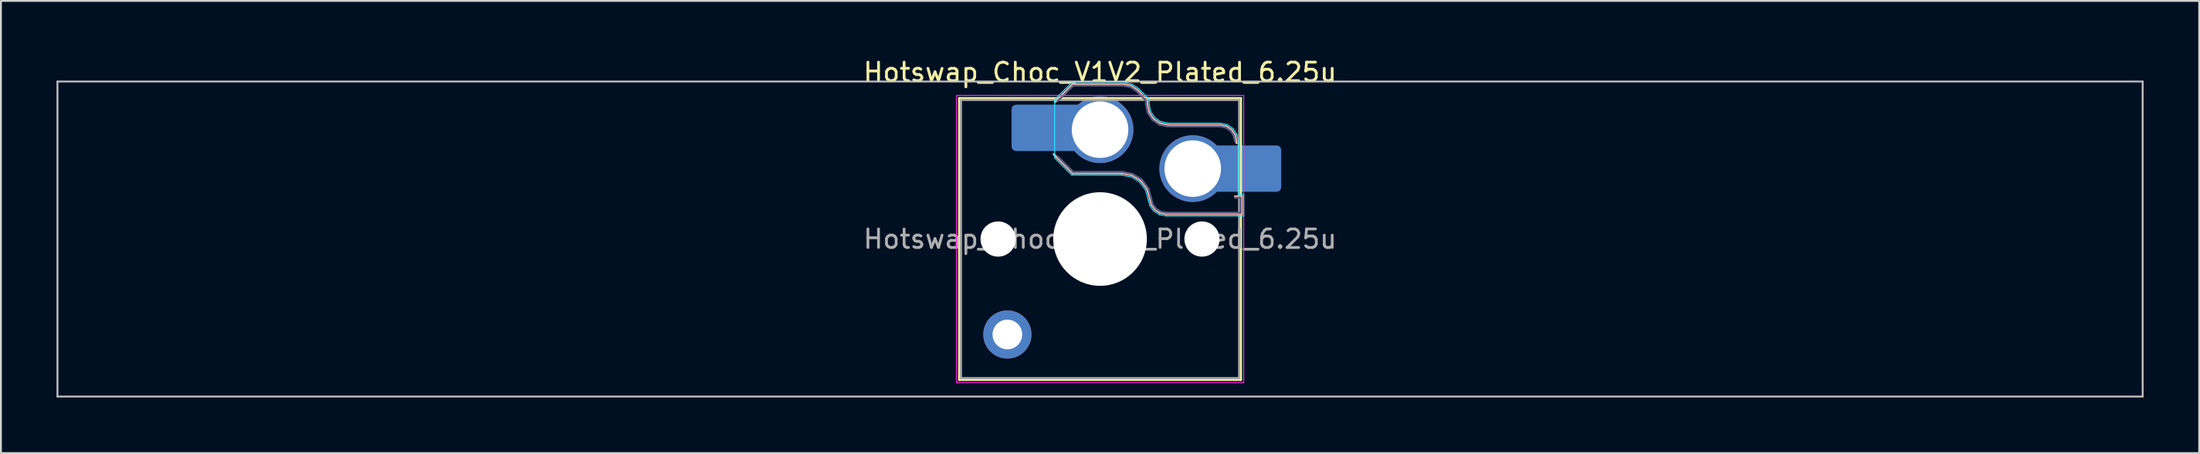
<source format=kicad_pcb>
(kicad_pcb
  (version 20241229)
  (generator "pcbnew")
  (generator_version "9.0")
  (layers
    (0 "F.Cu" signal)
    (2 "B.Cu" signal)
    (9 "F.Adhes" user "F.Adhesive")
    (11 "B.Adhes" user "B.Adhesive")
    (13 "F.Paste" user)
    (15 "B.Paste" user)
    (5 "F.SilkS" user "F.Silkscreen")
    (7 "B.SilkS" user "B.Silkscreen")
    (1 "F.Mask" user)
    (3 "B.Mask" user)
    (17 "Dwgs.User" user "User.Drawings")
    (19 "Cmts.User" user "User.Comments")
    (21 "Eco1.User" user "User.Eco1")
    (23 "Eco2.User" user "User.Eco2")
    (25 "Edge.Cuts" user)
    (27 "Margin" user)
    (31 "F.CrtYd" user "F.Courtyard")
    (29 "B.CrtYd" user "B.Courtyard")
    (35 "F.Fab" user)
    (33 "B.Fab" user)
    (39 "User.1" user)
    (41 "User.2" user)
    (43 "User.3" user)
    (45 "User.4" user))
  (footprint "Hotswap_Choc_V1V2_Plated_6.25u"
    (layer "F.Cu")
    (at 56.3 9.848)
    (property "Reference" "Hotswap_Choc_V1V2_Plated_6.25u" (at 0 -9 0) (layer "F.SilkS") (effects (font (size 1 1) (thickness 0.15))))
    (attr smd)
    (fp_line (start -7.6 -7.6) (end -7.6 7.6) (stroke (width 0.12) (type solid)) (layer "F.SilkS"))
    (fp_line (start -7.6 7.6) (end 7.6 7.6) (stroke (width 0.12) (type solid)) (layer "F.SilkS"))
    (fp_line (start 7.6 -7.6) (end -7.6 -7.6) (stroke (width 0.12) (type solid)) (layer "F.SilkS"))
    (fp_line (start 7.6 7.6) (end 7.6 -7.6) (stroke (width 0.12) (type solid)) (layer "F.SilkS"))
    (fp_line (start -2.416 -7.409) (end -1.479 -8.346) (stroke (width 0.12) (type solid)) (layer "B.SilkS"))
    (fp_line (start -1.479 -8.346) (end 1.268 -8.346) (stroke (width 0.12) (type solid)) (layer "B.SilkS"))
    (fp_line (start -1.479 -3.554) (end -2.5 -4.575) (stroke (width 0.12) (type solid)) (layer "B.SilkS"))
    (fp_line (start 1.168 -3.554) (end -1.479 -3.554) (stroke (width 0.12) (type solid)) (layer "B.SilkS"))
    (fp_line (start 1.268 -8.346) (end 1.671 -8.266) (stroke (width 0.12) (type solid)) (layer "B.SilkS"))
    (fp_line (start 1.671 -8.266) (end 2.013 -8.037) (stroke (width 0.12) (type solid)) (layer "B.SilkS"))
    (fp_line (start 1.73 -3.449) (end 1.168 -3.554) (stroke (width 0.12) (type solid)) (layer "B.SilkS"))
    (fp_line (start 2.013 -8.037) (end 2.546 -7.504) (stroke (width 0.12) (type solid)) (layer "B.SilkS"))
    (fp_line (start 2.209 -3.15) (end 1.73 -3.449) (stroke (width 0.12) (type solid)) (layer "B.SilkS"))
    (fp_line (start 2.546 -7.504) (end 2.546 -7.282) (stroke (width 0.12) (type solid)) (layer "B.SilkS"))
    (fp_line (start 2.546 -7.282) (end 2.633 -6.844) (stroke (width 0.12) (type solid)) (layer "B.SilkS"))
    (fp_line (start 2.547 -2.697) (end 2.209 -3.15) (stroke (width 0.12) (type solid)) (layer "B.SilkS"))
    (fp_line (start 2.633 -6.844) (end 2.877 -6.477) (stroke (width 0.12) (type solid)) (layer "B.SilkS"))
    (fp_line (start 2.701 -2.139) (end 2.547 -2.697) (stroke (width 0.12) (type solid)) (layer "B.SilkS"))
    (fp_line (start 2.783 -1.841) (end 2.701 -2.139) (stroke (width 0.12) (type solid)) (layer "B.SilkS"))
    (fp_line (start 2.877 -6.477) (end 3.244 -6.233) (stroke (width 0.12) (type solid)) (layer "B.SilkS"))
    (fp_line (start 2.976 -1.583) (end 2.783 -1.841) (stroke (width 0.12) (type solid)) (layer "B.SilkS"))
    (fp_line (start 3.244 -6.233) (end 3.682 -6.146) (stroke (width 0.12) (type solid)) (layer "B.SilkS"))
    (fp_line (start 3.25 -1.413) (end 2.976 -1.583) (stroke (width 0.12) (type solid)) (layer "B.SilkS"))
    (fp_line (start 3.56 -1.354) (end 3.25 -1.413) (stroke (width 0.12) (type solid)) (layer "B.SilkS"))
    (fp_line (start 3.682 -6.146) (end 6.482 -6.146) (stroke (width 0.12) (type solid)) (layer "B.SilkS"))
    (fp_line (start 6.482 -6.146) (end 6.809 -6.081) (stroke (width 0.12) (type solid)) (layer "B.SilkS"))
    (fp_line (start 6.809 -6.081) (end 7.092 -5.892) (stroke (width 0.12) (type solid)) (layer "B.SilkS"))
    (fp_line (start 7.092 -5.892) (end 7.281 -5.609) (stroke (width 0.12) (type solid)) (layer "B.SilkS"))
    (fp_line (start 7.281 -5.609) (end 7.366 -5.182) (stroke (width 0.12) (type solid)) (layer "B.SilkS"))
    (fp_line (start 7.283 -2.296) (end 7.646 -2.296) (stroke (width 0.12) (type solid)) (layer "B.SilkS"))
    (fp_line (start 7.646 -2.296) (end 7.646 -1.354) (stroke (width 0.12) (type solid)) (layer "B.SilkS"))
    (fp_line (start 7.646 -1.354) (end 3.56 -1.354) (stroke (width 0.12) (type solid)) (layer "B.SilkS"))
    (fp_line (start -56.25 -8.5) (end -56.25 8.5) (stroke (width 0.1) (type solid)) (layer "Dwgs.User"))
    (fp_line (start -56.25 8.5) (end 56.25 8.5) (stroke (width 0.1) (type solid)) (layer "Dwgs.User"))
    (fp_line (start 56.25 -8.5) (end -56.25 -8.5) (stroke (width 0.1) (type solid)) (layer "Dwgs.User"))
    (fp_line (start 56.25 8.5) (end 56.25 -8.5) (stroke (width 0.1) (type solid)) (layer "Dwgs.User"))
    (fp_line (start -7.25 -7.25) (end -7.25 7.25) (stroke (width 0.1) (type solid)) (layer "Eco1.User"))
    (fp_line (start -7.25 7.25) (end 7.25 7.25) (stroke (width 0.1) (type solid)) (layer "Eco1.User"))
    (fp_line (start 7.25 -7.25) (end -7.25 -7.25) (stroke (width 0.1) (type solid)) (layer "Eco1.User"))
    (fp_line (start 7.25 7.25) (end 7.25 -7.25) (stroke (width 0.1) (type solid)) (layer "Eco1.User"))
    (fp_line (start -2.452 -7.523) (end -1.523 -8.452) (stroke (width 0.05) (type solid)) (layer "B.CrtYd"))
    (fp_line (start -2.452 -4.377) (end -2.452 -7.523) (stroke (width 0.05) (type solid)) (layer "B.CrtYd"))
    (fp_line (start -1.523 -8.452) (end 1.278 -8.452) (stroke (width 0.05) (type solid)) (layer "B.CrtYd"))
    (fp_line (start -1.523 -3.448) (end -2.452 -4.377) (stroke (width 0.05) (type solid)) (layer "B.CrtYd"))
    (fp_line (start 1.159 -3.448) (end -1.523 -3.448) (stroke (width 0.05) (type solid)) (layer "B.CrtYd"))
    (fp_line (start 1.278 -8.452) (end 1.712 -8.366) (stroke (width 0.05) (type solid)) (layer "B.CrtYd"))
    (fp_line (start 1.691 -3.348) (end 1.159 -3.448) (stroke (width 0.05) (type solid)) (layer "B.CrtYd"))
    (fp_line (start 1.712 -8.366) (end 2.081 -8.119) (stroke (width 0.05) (type solid)) (layer "B.CrtYd"))
    (fp_line (start 2.081 -8.119) (end 2.652 -7.548) (stroke (width 0.05) (type solid)) (layer "B.CrtYd"))
    (fp_line (start 2.136 -3.071) (end 1.691 -3.348) (stroke (width 0.05) (type solid)) (layer "B.CrtYd"))
    (fp_line (start 2.45 -2.65) (end 2.136 -3.071) (stroke (width 0.05) (type solid)) (layer "B.CrtYd"))
    (fp_line (start 2.599 -2.111) (end 2.45 -2.65) (stroke (width 0.05) (type solid)) (layer "B.CrtYd"))
    (fp_line (start 2.652 -7.548) (end 2.652 -7.292) (stroke (width 0.05) (type solid)) (layer "B.CrtYd"))
    (fp_line (start 2.652 -7.292) (end 2.733 -6.885) (stroke (width 0.05) (type solid)) (layer "B.CrtYd"))
    (fp_line (start 2.687 -1.794) (end 2.599 -2.111) (stroke (width 0.05) (type solid)) (layer "B.CrtYd"))
    (fp_line (start 2.733 -6.885) (end 2.953 -6.553) (stroke (width 0.05) (type solid)) (layer "B.CrtYd"))
    (fp_line (start 2.903 -1.503) (end 2.687 -1.794) (stroke (width 0.05) (type solid)) (layer "B.CrtYd"))
    (fp_line (start 2.953 -6.553) (end 3.285 -6.333) (stroke (width 0.05) (type solid)) (layer "B.CrtYd"))
    (fp_line (start 3.211 -1.312) (end 2.903 -1.503) (stroke (width 0.05) (type solid)) (layer "B.CrtYd"))
    (fp_line (start 3.285 -6.333) (end 3.692 -6.252) (stroke (width 0.05) (type solid)) (layer "B.CrtYd"))
    (fp_line (start 3.55 -1.248) (end 3.211 -1.312) (stroke (width 0.05) (type solid)) (layer "B.CrtYd"))
    (fp_line (start 3.692 -6.252) (end 6.492 -6.252) (stroke (width 0.05) (type solid)) (layer "B.CrtYd"))
    (fp_line (start 6.492 -6.252) (end 6.85 -6.181) (stroke (width 0.05) (type solid)) (layer "B.CrtYd"))
    (fp_line (start 6.85 -6.181) (end 7.168 -5.968) (stroke (width 0.05) (type solid)) (layer "B.CrtYd"))
    (fp_line (start 7.168 -5.968) (end 7.381 -5.65) (stroke (width 0.05) (type solid)) (layer "B.CrtYd"))
    (fp_line (start 7.381 -5.65) (end 7.452 -5.292) (stroke (width 0.05) (type solid)) (layer "B.CrtYd"))
    (fp_line (start 7.452 -5.292) (end 7.452 -2.402) (stroke (width 0.05) (type solid)) (layer "B.CrtYd"))
    (fp_line (start 7.452 -2.402) (end 7.752 -2.402) (stroke (width 0.05) (type solid)) (layer "B.CrtYd"))
    (fp_line (start 7.752 -2.402) (end 7.752 -1.248) (stroke (width 0.05) (type solid)) (layer "B.CrtYd"))
    (fp_line (start 7.752 -1.248) (end 3.55 -1.248) (stroke (width 0.05) (type solid)) (layer "B.CrtYd"))
    (fp_line (start -7.75 -7.75) (end -7.75 7.75) (stroke (width 0.05) (type solid)) (layer "F.CrtYd"))
    (fp_line (start -7.75 7.75) (end 7.75 7.75) (stroke (width 0.05) (type solid)) (layer "F.CrtYd"))
    (fp_line (start 7.75 -7.75) (end -7.75 -7.75) (stroke (width 0.05) (type solid)) (layer "F.CrtYd"))
    (fp_line (start 7.75 7.75) (end 7.75 -7.75) (stroke (width 0.05) (type solid)) (layer "F.CrtYd"))
    (fp_line (start -2.275 -7.45) (end -1.45 -8.275) (stroke (width 0.1) (type solid)) (layer "B.Fab"))
    (fp_line (start -1.45 -8.275) (end 1.261 -8.275) (stroke (width 0.1) (type solid)) (layer "B.Fab"))
    (fp_line (start -1.45 -3.625) (end -2.275 -4.45) (stroke (width 0.1) (type solid)) (layer "B.Fab"))
    (fp_line (start 1.175 -3.625) (end -1.45 -3.625) (stroke (width 0.1) (type solid)) (layer "B.Fab"))
    (fp_line (start 1.261 -8.275) (end 1.643 -8.199) (stroke (width 0.1) (type solid)) (layer "B.Fab"))
    (fp_line (start 1.643 -8.199) (end 1.968 -7.982) (stroke (width 0.1) (type solid)) (layer "B.Fab"))
    (fp_line (start 1.756 -3.516) (end 1.175 -3.625) (stroke (width 0.1) (type solid)) (layer "B.Fab"))
    (fp_line (start 1.968 -7.982) (end 2.475 -7.475) (stroke (width 0.1) (type solid)) (layer "B.Fab"))
    (fp_line (start 2.258 -3.203) (end 1.756 -3.516) (stroke (width 0.1) (type solid)) (layer "B.Fab"))
    (fp_line (start 2.475 -7.475) (end 2.475 -7.275) (stroke (width 0.1) (type solid)) (layer "B.Fab"))
    (fp_line (start 2.475 -7.275) (end 2.566 -6.816) (stroke (width 0.1) (type solid)) (layer "B.Fab"))
    (fp_line (start 2.566 -6.816) (end 2.826 -6.426) (stroke (width 0.1) (type solid)) (layer "B.Fab"))
    (fp_line (start 2.612 -2.729) (end 2.258 -3.203) (stroke (width 0.1) (type solid)) (layer "B.Fab"))
    (fp_line (start 2.769 -2.158) (end 2.612 -2.729) (stroke (width 0.1) (type solid)) (layer "B.Fab"))
    (fp_line (start 2.826 -6.426) (end 3.216 -6.166) (stroke (width 0.1) (type solid)) (layer "B.Fab"))
    (fp_line (start 2.848 -1.873) (end 2.769 -2.158) (stroke (width 0.1) (type solid)) (layer "B.Fab"))
    (fp_line (start 3.025 -1.636) (end 2.848 -1.873) (stroke (width 0.1) (type solid)) (layer "B.Fab"))
    (fp_line (start 3.216 -6.166) (end 3.675 -6.075) (stroke (width 0.1) (type solid)) (layer "B.Fab"))
    (fp_line (start 3.276 -1.48) (end 3.025 -1.636) (stroke (width 0.1) (type solid)) (layer "B.Fab"))
    (fp_line (start 3.567 -1.425) (end 3.276 -1.48) (stroke (width 0.1) (type solid)) (layer "B.Fab"))
    (fp_line (start 3.675 -6.075) (end 6.475 -6.075) (stroke (width 0.1) (type solid)) (layer "B.Fab"))
    (fp_line (start 6.475 -6.075) (end 6.781 -6.014) (stroke (width 0.1) (type solid)) (layer "B.Fab"))
    (fp_line (start 6.781 -6.014) (end 7.041 -5.841) (stroke (width 0.1) (type solid)) (layer "B.Fab"))
    (fp_line (start 7.041 -5.841) (end 7.214 -5.581) (stroke (width 0.1) (type solid)) (layer "B.Fab"))
    (fp_line (start 7.214 -5.581) (end 7.275 -5.275) (stroke (width 0.1) (type solid)) (layer "B.Fab"))
    (fp_line (start 7.275 -2.225) (end 7.575 -2.225) (stroke (width 0.1) (type solid)) (layer "B.Fab"))
    (fp_line (start 7.575 -2.225) (end 7.575 -1.425) (stroke (width 0.1) (type solid)) (layer "B.Fab"))
    (fp_line (start 7.575 -1.425) (end 3.567 -1.425) (stroke (width 0.1) (type solid)) (layer "B.Fab"))
    (fp_line (start -7.5 -7.5) (end -7.5 7.5) (stroke (width 0.1) (type solid)) (layer "F.Fab"))
    (fp_line (start -7.5 7.5) (end 7.5 7.5) (stroke (width 0.1) (type solid)) (layer "F.Fab"))
    (fp_line (start 7.5 -7.5) (end -7.5 -7.5) (stroke (width 0.1) (type solid)) (layer "F.Fab"))
    (fp_line (start 7.5 7.5) (end 7.5 -7.5) (stroke (width 0.1) (type solid)) (layer "F.Fab"))
    (fp_text user "${REFERENCE}" (at 0 0 0) (layer "F.Fab") (effects (font (size 1 1) (thickness 0.15))))
    (pad "" np_thru_hole circle (at -5.5 0) (size 1.9 1.9) (drill 1.9) (layers "*.Cu" "*.Mask"))
    (pad "" thru_hole circle (at -5 5.15) (size 2.6 2.6) (drill 1.6) (layers "*.Cu" "*.Mask"))
    (pad "" smd roundrect (at -3.5 -6) (size 2.55 2.5) (layers "B.Mask" "B.Paste") (roundrect_rratio 0.1))
    (pad "" np_thru_hole circle (at 0 0) (size 5.05 5.05) (drill 5.05) (layers "*.Cu" "*.Mask"))
    (pad "" np_thru_hole circle (at 5.5 0) (size 1.9 1.9) (drill 1.9) (layers "*.Cu" "*.Mask"))
    (pad "" smd roundrect (at 8.5 -3.8) (size 2.55 2.5) (layers "B.Mask" "B.Paste") (roundrect_rratio 0.1))
    (pad "1" smd roundrect (at -2.85 -6) (size 3.85 2.5) (layers "B.Cu") (roundrect_rratio 0.1))
    (pad "1" thru_hole circle (at 0 -5.9) (size 3.6 3.6) (drill 3.05) (layers "*.Cu" "*.Mask"))
    (pad "2" thru_hole circle (at 5 -3.8) (size 3.6 3.6) (drill 3.05) (layers "*.Cu" "*.Mask"))
    (pad "2" smd roundrect (at 7.85 -3.8) (size 3.85 2.5) (layers "B.Cu") (roundrect_rratio 0.1)))
  (gr_rect
    (start -3 -3)
    (end 115.6 21.398)
    (stroke (width 0.1) (type default))
    (fill no)
    (layer "Edge.Cuts")))
</source>
